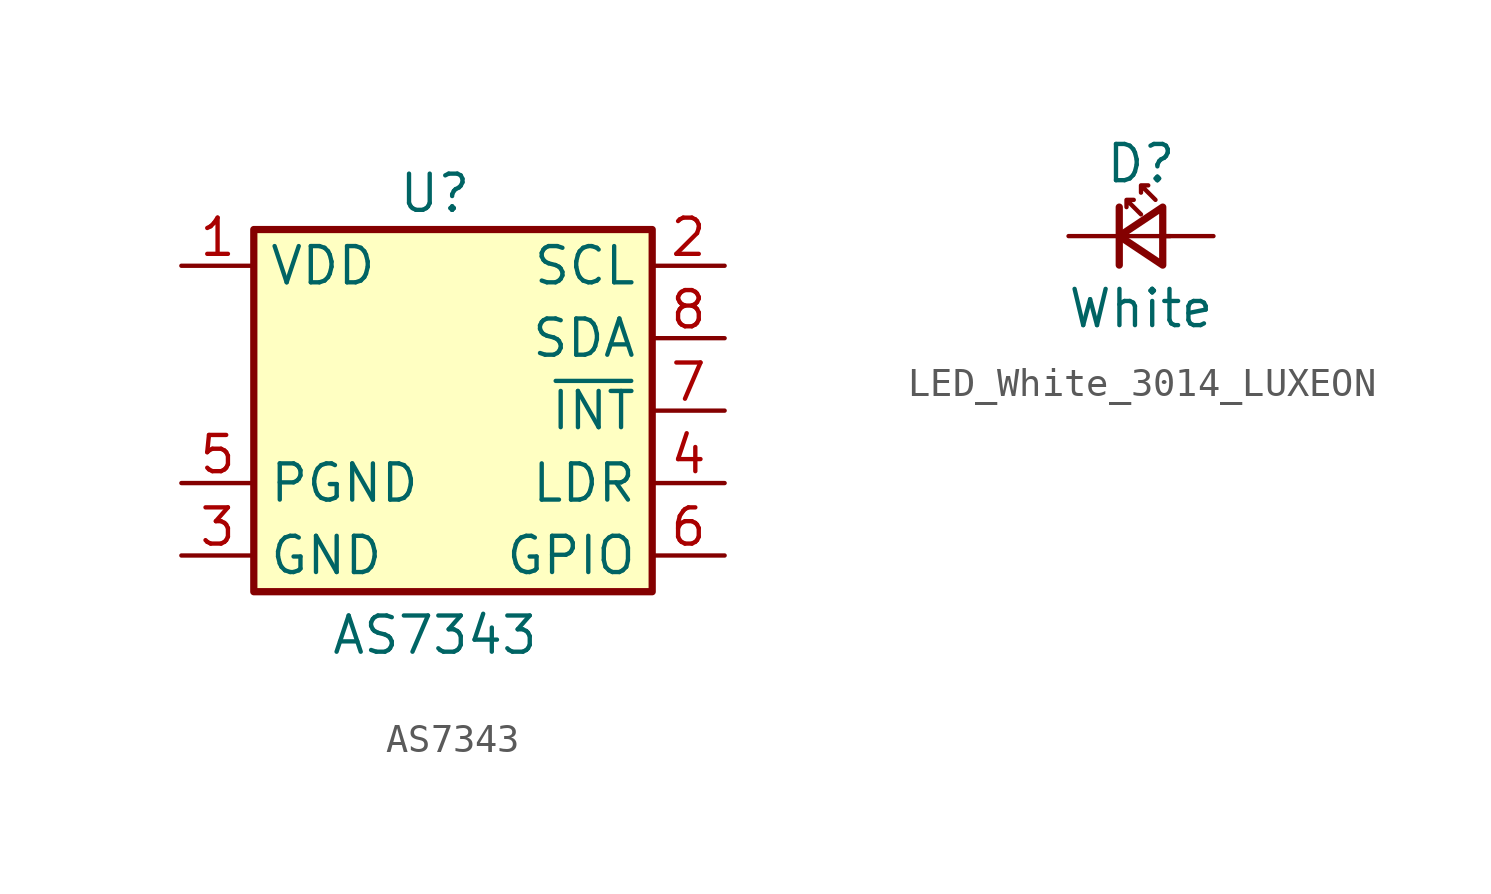
<source format=kicad_sym>
(kicad_symbol_lib
  (version 20231120)
  (generator "kicad_symbol_editor")
  (generator_version "8.0")
  (symbol "AS7343"
    (property "Reference" "U"
      (at 0 7.62 0)
      (effects (font (size 1.27 1.27))))
    (property "Value" "AS7343"
      (at 0 -7.874 0)
      (effects (font (size 1.27 1.27))))
    (symbol "AS7343_0_1"
      (rectangle (start -6.35 6.35) (end 7.62 -6.35) (stroke (width 0.254) (type default)) (fill (type background))))
    (symbol "AS7343_1_1"
      (pin power_in line (at -8.89 5.08 0) (length 2.54) (name "VDD" (effects (font (size 1.27 1.27)))) (number "1" (effects (font (size 1.27 1.27)))))
      (pin input line (at 10.16 5.08 180) (length 2.54) (name "SCL" (effects (font (size 1.27 1.27)))) (number "2" (effects (font (size 1.27 1.27)))))
      (pin power_in line (at -8.89 -5.08 0) (length 2.54) (name "GND" (effects (font (size 1.27 1.27)))) (number "3" (effects (font (size 1.27 1.27)))))
      (pin output line (at 10.16 -2.54 180) (length 2.54) (name "LDR" (effects (font (size 1.27 1.27)))) (number "4" (effects (font (size 1.27 1.27)))))
      (pin power_in line (at -8.89 -2.54 0) (length 2.54) (name "PGND" (effects (font (size 1.27 1.27)))) (number "5" (effects (font (size 1.27 1.27)))))
      (pin bidirectional line (at 10.16 -5.08 180) (length 2.54) (name "GPIO" (effects (font (size 1.27 1.27)))) (number "6" (effects (font (size 1.27 1.27)))))
      (pin output line (at 10.16 0 180) (length 2.54) (name "~{INT}" (effects (font (size 1.27 1.27)))) (number "7" (effects (font (size 1.27 1.27)))))
      (pin bidirectional line (at 10.16 2.54 180) (length 2.54) (name "SDA" (effects (font (size 1.27 1.27)))) (number "8" (effects (font (size 1.27 1.27)))))))
  (symbol "LED_White_3014_LUXEON"
    (pin_numbers hide)
    (pin_names
      (offset 1.016) hide)
    (property "Reference" "D"
      (at 0 2.54 0)
      (effects (font (size 1.27 1.27))))
    (property "Value" "White"
      (at 0 -2.54 0)
      (effects (font (size 1.27 1.27))))
    (symbol "LED_White_3014_LUXEON_0_1"
      (polyline (pts (xy -0.762 -1.016) (xy -0.762 1.016)) (stroke (width 0.254) (type default)) (fill (type none)))
      (polyline (pts (xy 1.016 0) (xy -0.762 0)) (stroke (width 0) (type default)) (fill (type none)))
      (polyline (pts (xy 0.762 -1.016) (xy -0.762 0) (xy 0.762 1.016) (xy 0.762 -1.016)) (stroke (width 0.254) (type default)) (fill (type none)))
      (polyline (pts (xy 0 0.762) (xy -0.508 1.27) (xy -0.254 1.27) (xy -0.508 1.27) (xy -0.508 1.016)) (stroke (width 0) (type default)) (fill (type none)))
      (polyline (pts (xy 0.508 1.27) (xy 0 1.778) (xy 0.254 1.778) (xy 0 1.778) (xy 0 1.524)) (stroke (width 0) (type default)) (fill (type none))))
    (symbol "LED_White_3014_LUXEON_1_1"
      (pin passive line (at -2.54 0 0) (length 1.778) (name "K" (effects (font (size 1.27 1.27)))) (number "1" (effects (font (size 1.27 1.27)))))
      (pin passive line (at 2.54 0 180) (length 1.778) (name "A" (effects (font (size 1.27 1.27)))) (number "2" (effects (font (size 1.27 1.27))))))))
</source>
